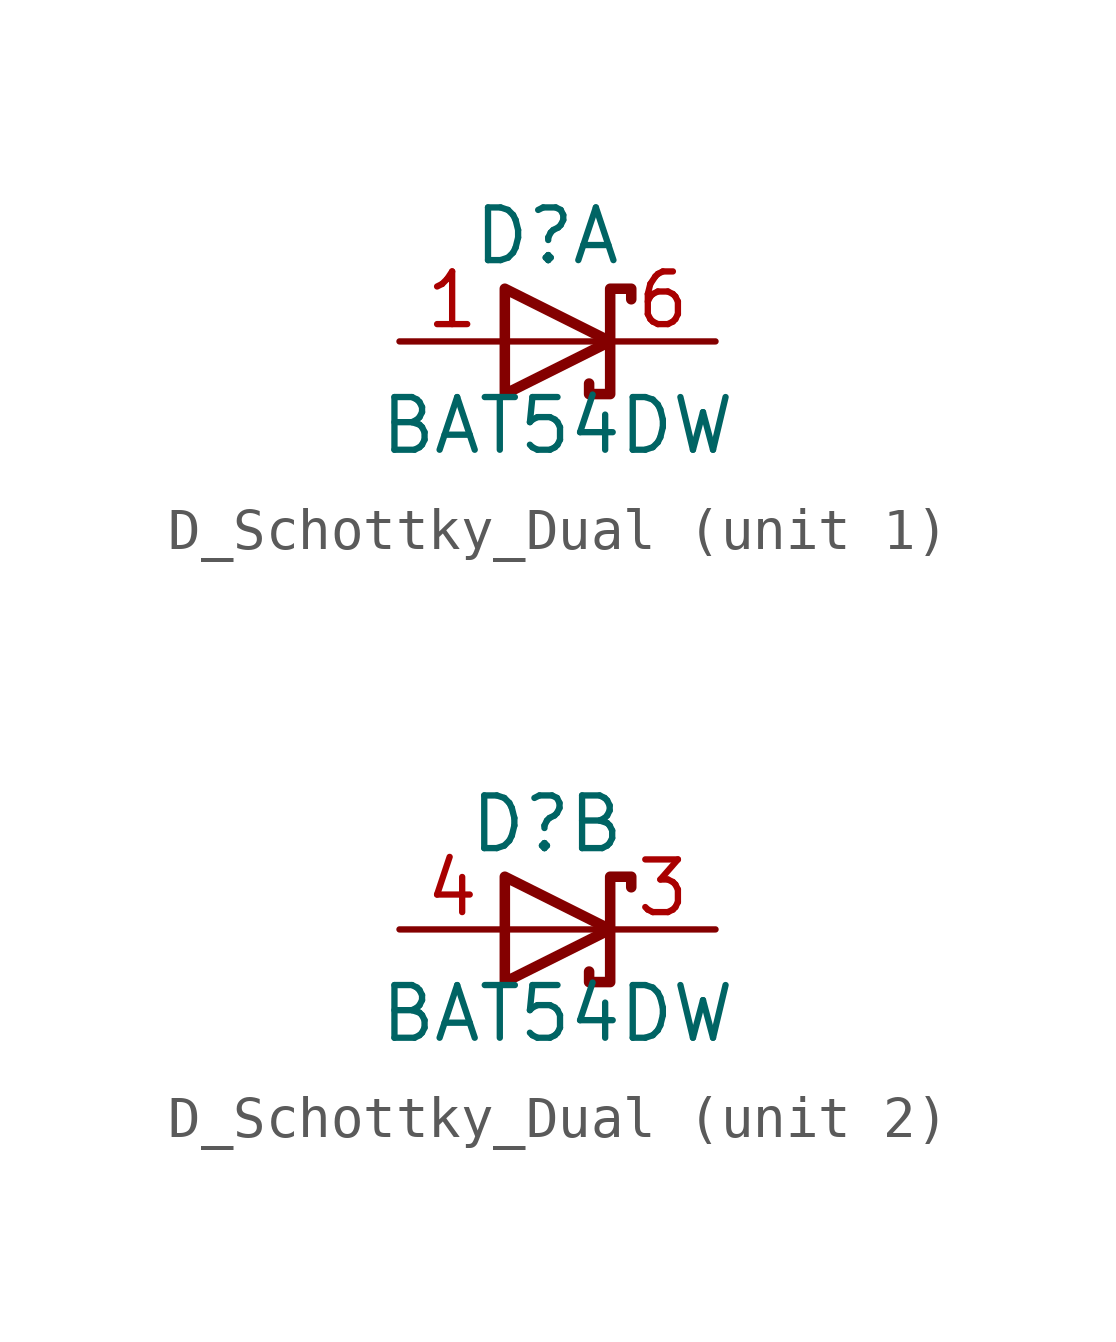
<source format=kicad_sym>
(kicad_symbol_lib
  (version 20241209)
  (generator "kicad_symbol_editor")
  (generator_version "9.0")
  (symbol "D_Schottky_Dual"
    (pin_names
      (hide yes))
    (property "Reference" "D"
      (at -0.254 2.54 0)
      (effects (font (size 1.27 1.27))))
    (property "Value" "BAT54DW"
      (at 0 -2.032 0)
      (effects (font (size 1.27 1.27))))
    (symbol "D_Schottky_Dual_0_1"
      (polyline (pts (xy -1.27 1.27) (xy 1.27 0) (xy -1.27 -1.27) (xy -1.27 1.27) (xy -1.27 1.27) (xy -1.27 1.27)) (stroke (width 0.254) (type default)) (fill (type none)))
      (polyline (pts (xy 1.27 0) (xy -1.27 0)) (stroke (width 0) (type default)) (fill (type none)))
      (polyline (pts (xy 1.778 1.016) (xy 1.778 1.27) (xy 1.27 1.27) (xy 1.27 -1.27) (xy 0.762 -1.27) (xy 0.762 -1.016)) (stroke (width 0.254) (type default)) (fill (type none))))
    (symbol "D_Schottky_Dual_1_1"
      (pin passive line (at -3.81 0 0) (length 2.54) (name "A" (effects (font (size 1.27 1.27)))) (number "1" (effects (font (size 1.27 1.27)))))
      (pin passive line (at 3.81 0 180) (length 2.54) (name "K" (effects (font (size 1.27 1.27)))) (number "6" (effects (font (size 1.27 1.27))))))
    (symbol "D_Schottky_Dual_2_1"
      (pin passive line (at -3.81 0 0) (length 2.54) (name "A" (effects (font (size 1.27 1.27)))) (number "4" (effects (font (size 1.27 1.27)))))
      (pin passive line (at 3.81 0 180) (length 2.54) (name "K" (effects (font (size 1.27 1.27)))) (number "3" (effects (font (size 1.27 1.27))))))))
</source>
